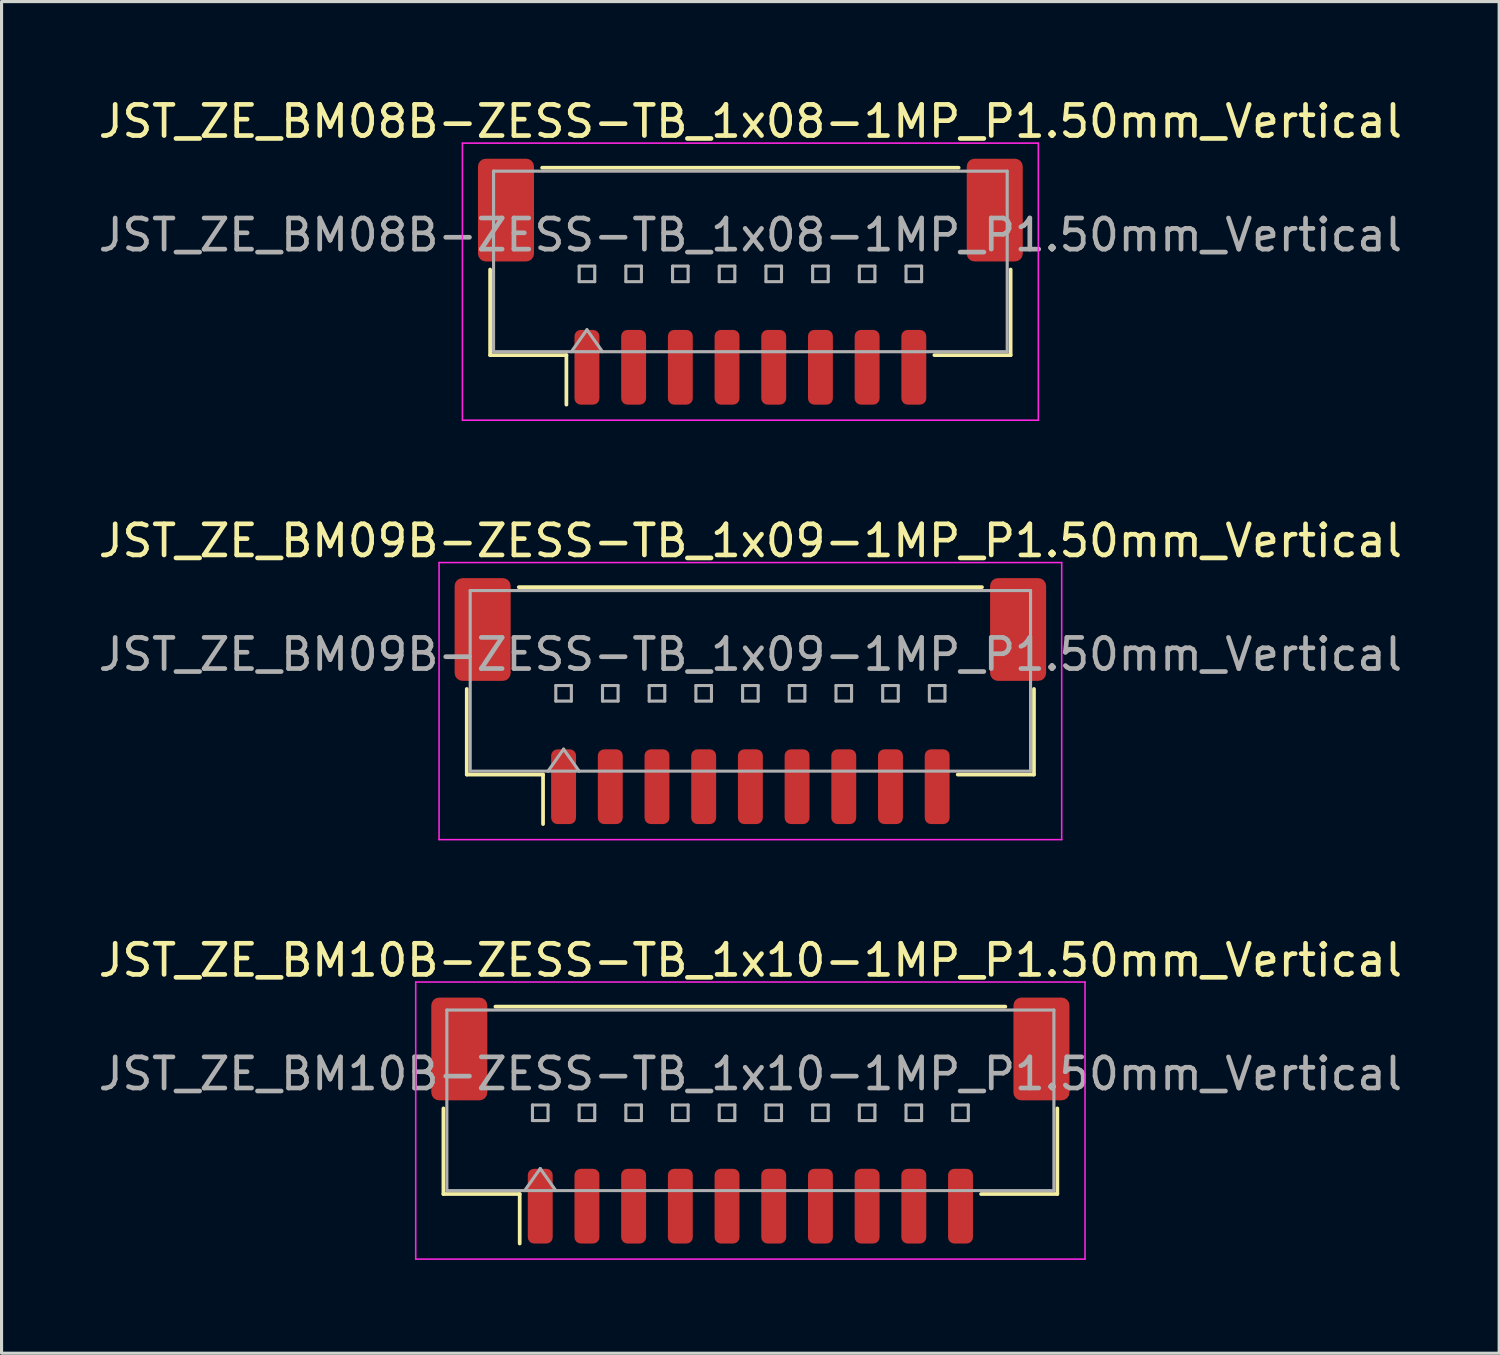
<source format=kicad_pcb>
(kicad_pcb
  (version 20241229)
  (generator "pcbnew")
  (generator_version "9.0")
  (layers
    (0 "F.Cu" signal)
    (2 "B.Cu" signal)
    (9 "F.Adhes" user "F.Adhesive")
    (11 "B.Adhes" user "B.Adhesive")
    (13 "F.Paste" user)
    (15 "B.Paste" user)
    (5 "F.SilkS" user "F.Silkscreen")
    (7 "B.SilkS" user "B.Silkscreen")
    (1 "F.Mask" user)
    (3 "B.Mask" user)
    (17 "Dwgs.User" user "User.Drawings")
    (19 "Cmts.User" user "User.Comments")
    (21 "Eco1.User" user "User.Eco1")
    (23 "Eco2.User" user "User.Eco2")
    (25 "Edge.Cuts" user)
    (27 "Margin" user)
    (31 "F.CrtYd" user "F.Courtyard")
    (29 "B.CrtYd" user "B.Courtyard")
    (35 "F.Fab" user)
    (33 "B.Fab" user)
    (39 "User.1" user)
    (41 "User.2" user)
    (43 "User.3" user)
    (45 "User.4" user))
  (footprint "JST_ZE_BM08B-ZESS-TB_1x08-1MP_P1.50mm_Vertical"
    (layer "F.Cu")
    (at 21.054 5.998)
    (property "Reference" "JST_ZE_BM08B-ZESS-TB_1x08-1MP_P1.50mm_Vertical" (at 0 -5.15 0) (layer "F.SilkS") (effects (font (size 1 1) (thickness 0.15))))
    (attr smd)
    (fp_line (start -8.36 -0.39) (end -8.36 2.36) (stroke (width 0.12) (type solid)) (layer "F.SilkS"))
    (fp_line (start -8.36 2.36) (end -5.91 2.36) (stroke (width 0.12) (type solid)) (layer "F.SilkS"))
    (fp_line (start -6.69 -3.66) (end 6.69 -3.66) (stroke (width 0.12) (type solid)) (layer "F.SilkS"))
    (fp_line (start -5.91 2.36) (end -5.91 3.95) (stroke (width 0.12) (type solid)) (layer "F.SilkS"))
    (fp_line (start 8.36 -0.39) (end 8.36 2.36) (stroke (width 0.12) (type solid)) (layer "F.SilkS"))
    (fp_line (start 8.36 2.36) (end 5.91 2.36) (stroke (width 0.12) (type solid)) (layer "F.SilkS"))
    (fp_line (start -9.25 -4.45) (end -9.25 4.45) (stroke (width 0.05) (type solid)) (layer "F.CrtYd"))
    (fp_line (start -9.25 4.45) (end 9.25 4.45) (stroke (width 0.05) (type solid)) (layer "F.CrtYd"))
    (fp_line (start 9.25 -4.45) (end -9.25 -4.45) (stroke (width 0.05) (type solid)) (layer "F.CrtYd"))
    (fp_line (start 9.25 4.45) (end 9.25 -4.45) (stroke (width 0.05) (type solid)) (layer "F.CrtYd"))
    (fp_line (start -8.25 -3.55) (end 8.25 -3.55) (stroke (width 0.1) (type solid)) (layer "F.Fab"))
    (fp_line (start -8.25 2.25) (end -8.25 -3.55) (stroke (width 0.1) (type solid)) (layer "F.Fab"))
    (fp_line (start -8.25 2.25) (end 8.25 2.25) (stroke (width 0.1) (type solid)) (layer "F.Fab"))
    (fp_line (start -5.75 2.25) (end -5.25 1.543) (stroke (width 0.1) (type solid)) (layer "F.Fab"))
    (fp_line (start -5.5 -0.5) (end -5.5 0) (stroke (width 0.1) (type solid)) (layer "F.Fab"))
    (fp_line (start -5.5 0) (end -5 0) (stroke (width 0.1) (type solid)) (layer "F.Fab"))
    (fp_line (start -5.25 1.543) (end -4.75 2.25) (stroke (width 0.1) (type solid)) (layer "F.Fab"))
    (fp_line (start -5 -0.5) (end -5.5 -0.5) (stroke (width 0.1) (type solid)) (layer "F.Fab"))
    (fp_line (start -5 0) (end -5 -0.5) (stroke (width 0.1) (type solid)) (layer "F.Fab"))
    (fp_line (start -4 -0.5) (end -4 0) (stroke (width 0.1) (type solid)) (layer "F.Fab"))
    (fp_line (start -4 0) (end -3.5 0) (stroke (width 0.1) (type solid)) (layer "F.Fab"))
    (fp_line (start -3.5 -0.5) (end -4 -0.5) (stroke (width 0.1) (type solid)) (layer "F.Fab"))
    (fp_line (start -3.5 0) (end -3.5 -0.5) (stroke (width 0.1) (type solid)) (layer "F.Fab"))
    (fp_line (start -2.5 -0.5) (end -2.5 0) (stroke (width 0.1) (type solid)) (layer "F.Fab"))
    (fp_line (start -2.5 0) (end -2 0) (stroke (width 0.1) (type solid)) (layer "F.Fab"))
    (fp_line (start -2 -0.5) (end -2.5 -0.5) (stroke (width 0.1) (type solid)) (layer "F.Fab"))
    (fp_line (start -2 0) (end -2 -0.5) (stroke (width 0.1) (type solid)) (layer "F.Fab"))
    (fp_line (start -1 -0.5) (end -1 0) (stroke (width 0.1) (type solid)) (layer "F.Fab"))
    (fp_line (start -1 0) (end -0.5 0) (stroke (width 0.1) (type solid)) (layer "F.Fab"))
    (fp_line (start -0.5 -0.5) (end -1 -0.5) (stroke (width 0.1) (type solid)) (layer "F.Fab"))
    (fp_line (start -0.5 0) (end -0.5 -0.5) (stroke (width 0.1) (type solid)) (layer "F.Fab"))
    (fp_line (start 0.5 -0.5) (end 0.5 0) (stroke (width 0.1) (type solid)) (layer "F.Fab"))
    (fp_line (start 0.5 0) (end 1 0) (stroke (width 0.1) (type solid)) (layer "F.Fab"))
    (fp_line (start 1 -0.5) (end 0.5 -0.5) (stroke (width 0.1) (type solid)) (layer "F.Fab"))
    (fp_line (start 1 0) (end 1 -0.5) (stroke (width 0.1) (type solid)) (layer "F.Fab"))
    (fp_line (start 2 -0.5) (end 2 0) (stroke (width 0.1) (type solid)) (layer "F.Fab"))
    (fp_line (start 2 0) (end 2.5 0) (stroke (width 0.1) (type solid)) (layer "F.Fab"))
    (fp_line (start 2.5 -0.5) (end 2 -0.5) (stroke (width 0.1) (type solid)) (layer "F.Fab"))
    (fp_line (start 2.5 0) (end 2.5 -0.5) (stroke (width 0.1) (type solid)) (layer "F.Fab"))
    (fp_line (start 3.5 -0.5) (end 3.5 0) (stroke (width 0.1) (type solid)) (layer "F.Fab"))
    (fp_line (start 3.5 0) (end 4 0) (stroke (width 0.1) (type solid)) (layer "F.Fab"))
    (fp_line (start 4 -0.5) (end 3.5 -0.5) (stroke (width 0.1) (type solid)) (layer "F.Fab"))
    (fp_line (start 4 0) (end 4 -0.5) (stroke (width 0.1) (type solid)) (layer "F.Fab"))
    (fp_line (start 5 -0.5) (end 5 0) (stroke (width 0.1) (type solid)) (layer "F.Fab"))
    (fp_line (start 5 0) (end 5.5 0) (stroke (width 0.1) (type solid)) (layer "F.Fab"))
    (fp_line (start 5.5 -0.5) (end 5 -0.5) (stroke (width 0.1) (type solid)) (layer "F.Fab"))
    (fp_line (start 5.5 0) (end 5.5 -0.5) (stroke (width 0.1) (type solid)) (layer "F.Fab"))
    (fp_line (start 8.25 2.25) (end 8.25 -3.55) (stroke (width 0.1) (type solid)) (layer "F.Fab"))
    (fp_text user "${REFERENCE}" (at 0 -1.5 0) (layer "F.Fab") (effects (font (size 1 1) (thickness 0.15))))
    (pad "1" smd roundrect (at -5.25 2.75) (size 0.8 2.4) (layers "F.Cu" "F.Mask" "F.Paste") (roundrect_rratio 0.25))
    (pad "2" smd roundrect (at -3.75 2.75) (size 0.8 2.4) (layers "F.Cu" "F.Mask" "F.Paste") (roundrect_rratio 0.25))
    (pad "3" smd roundrect (at -2.25 2.75) (size 0.8 2.4) (layers "F.Cu" "F.Mask" "F.Paste") (roundrect_rratio 0.25))
    (pad "4" smd roundrect (at -0.75 2.75) (size 0.8 2.4) (layers "F.Cu" "F.Mask" "F.Paste") (roundrect_rratio 0.25))
    (pad "5" smd roundrect (at 0.75 2.75) (size 0.8 2.4) (layers "F.Cu" "F.Mask" "F.Paste") (roundrect_rratio 0.25))
    (pad "6" smd roundrect (at 2.25 2.75) (size 0.8 2.4) (layers "F.Cu" "F.Mask" "F.Paste") (roundrect_rratio 0.25))
    (pad "7" smd roundrect (at 3.75 2.75) (size 0.8 2.4) (layers "F.Cu" "F.Mask" "F.Paste") (roundrect_rratio 0.25))
    (pad "8" smd roundrect (at 5.25 2.75) (size 0.8 2.4) (layers "F.Cu" "F.Mask" "F.Paste") (roundrect_rratio 0.25))
    (pad "MP" smd roundrect (at -7.85 -2.3) (size 1.8 3.3) (layers "F.Cu" "F.Mask" "F.Paste") (roundrect_rratio 0.139))
    (pad "MP" smd roundrect (at 7.85 -2.3) (size 1.8 3.3) (layers "F.Cu" "F.Mask" "F.Paste") (roundrect_rratio 0.139)))
  (footprint "JST_ZE_BM10B-ZESS-TB_1x10-1MP_P1.50mm_Vertical"
    (layer "F.Cu")
    (at 21.054 32.945)
    (property "Reference" "JST_ZE_BM10B-ZESS-TB_1x10-1MP_P1.50mm_Vertical" (at 0 -5.15 0) (layer "F.SilkS") (effects (font (size 1 1) (thickness 0.15))))
    (attr smd)
    (fp_line (start -9.86 -0.39) (end -9.86 2.36) (stroke (width 0.12) (type solid)) (layer "F.SilkS"))
    (fp_line (start -9.86 2.36) (end -7.41 2.36) (stroke (width 0.12) (type solid)) (layer "F.SilkS"))
    (fp_line (start -8.19 -3.66) (end 8.19 -3.66) (stroke (width 0.12) (type solid)) (layer "F.SilkS"))
    (fp_line (start -7.41 2.36) (end -7.41 3.95) (stroke (width 0.12) (type solid)) (layer "F.SilkS"))
    (fp_line (start 9.86 -0.39) (end 9.86 2.36) (stroke (width 0.12) (type solid)) (layer "F.SilkS"))
    (fp_line (start 9.86 2.36) (end 7.41 2.36) (stroke (width 0.12) (type solid)) (layer "F.SilkS"))
    (fp_line (start -10.75 -4.45) (end -10.75 4.45) (stroke (width 0.05) (type solid)) (layer "F.CrtYd"))
    (fp_line (start -10.75 4.45) (end 10.75 4.45) (stroke (width 0.05) (type solid)) (layer "F.CrtYd"))
    (fp_line (start 10.75 -4.45) (end -10.75 -4.45) (stroke (width 0.05) (type solid)) (layer "F.CrtYd"))
    (fp_line (start 10.75 4.45) (end 10.75 -4.45) (stroke (width 0.05) (type solid)) (layer "F.CrtYd"))
    (fp_line (start -9.75 -3.55) (end 9.75 -3.55) (stroke (width 0.1) (type solid)) (layer "F.Fab"))
    (fp_line (start -9.75 2.25) (end -9.75 -3.55) (stroke (width 0.1) (type solid)) (layer "F.Fab"))
    (fp_line (start -9.75 2.25) (end 9.75 2.25) (stroke (width 0.1) (type solid)) (layer "F.Fab"))
    (fp_line (start -7.25 2.25) (end -6.75 1.543) (stroke (width 0.1) (type solid)) (layer "F.Fab"))
    (fp_line (start -7 -0.5) (end -7 0) (stroke (width 0.1) (type solid)) (layer "F.Fab"))
    (fp_line (start -7 0) (end -6.5 0) (stroke (width 0.1) (type solid)) (layer "F.Fab"))
    (fp_line (start -6.75 1.543) (end -6.25 2.25) (stroke (width 0.1) (type solid)) (layer "F.Fab"))
    (fp_line (start -6.5 -0.5) (end -7 -0.5) (stroke (width 0.1) (type solid)) (layer "F.Fab"))
    (fp_line (start -6.5 0) (end -6.5 -0.5) (stroke (width 0.1) (type solid)) (layer "F.Fab"))
    (fp_line (start -5.5 -0.5) (end -5.5 0) (stroke (width 0.1) (type solid)) (layer "F.Fab"))
    (fp_line (start -5.5 0) (end -5 0) (stroke (width 0.1) (type solid)) (layer "F.Fab"))
    (fp_line (start -5 -0.5) (end -5.5 -0.5) (stroke (width 0.1) (type solid)) (layer "F.Fab"))
    (fp_line (start -5 0) (end -5 -0.5) (stroke (width 0.1) (type solid)) (layer "F.Fab"))
    (fp_line (start -4 -0.5) (end -4 0) (stroke (width 0.1) (type solid)) (layer "F.Fab"))
    (fp_line (start -4 0) (end -3.5 0) (stroke (width 0.1) (type solid)) (layer "F.Fab"))
    (fp_line (start -3.5 -0.5) (end -4 -0.5) (stroke (width 0.1) (type solid)) (layer "F.Fab"))
    (fp_line (start -3.5 0) (end -3.5 -0.5) (stroke (width 0.1) (type solid)) (layer "F.Fab"))
    (fp_line (start -2.5 -0.5) (end -2.5 0) (stroke (width 0.1) (type solid)) (layer "F.Fab"))
    (fp_line (start -2.5 0) (end -2 0) (stroke (width 0.1) (type solid)) (layer "F.Fab"))
    (fp_line (start -2 -0.5) (end -2.5 -0.5) (stroke (width 0.1) (type solid)) (layer "F.Fab"))
    (fp_line (start -2 0) (end -2 -0.5) (stroke (width 0.1) (type solid)) (layer "F.Fab"))
    (fp_line (start -1 -0.5) (end -1 0) (stroke (width 0.1) (type solid)) (layer "F.Fab"))
    (fp_line (start -1 0) (end -0.5 0) (stroke (width 0.1) (type solid)) (layer "F.Fab"))
    (fp_line (start -0.5 -0.5) (end -1 -0.5) (stroke (width 0.1) (type solid)) (layer "F.Fab"))
    (fp_line (start -0.5 0) (end -0.5 -0.5) (stroke (width 0.1) (type solid)) (layer "F.Fab"))
    (fp_line (start 0.5 -0.5) (end 0.5 0) (stroke (width 0.1) (type solid)) (layer "F.Fab"))
    (fp_line (start 0.5 0) (end 1 0) (stroke (width 0.1) (type solid)) (layer "F.Fab"))
    (fp_line (start 1 -0.5) (end 0.5 -0.5) (stroke (width 0.1) (type solid)) (layer "F.Fab"))
    (fp_line (start 1 0) (end 1 -0.5) (stroke (width 0.1) (type solid)) (layer "F.Fab"))
    (fp_line (start 2 -0.5) (end 2 0) (stroke (width 0.1) (type solid)) (layer "F.Fab"))
    (fp_line (start 2 0) (end 2.5 0) (stroke (width 0.1) (type solid)) (layer "F.Fab"))
    (fp_line (start 2.5 -0.5) (end 2 -0.5) (stroke (width 0.1) (type solid)) (layer "F.Fab"))
    (fp_line (start 2.5 0) (end 2.5 -0.5) (stroke (width 0.1) (type solid)) (layer "F.Fab"))
    (fp_line (start 3.5 -0.5) (end 3.5 0) (stroke (width 0.1) (type solid)) (layer "F.Fab"))
    (fp_line (start 3.5 0) (end 4 0) (stroke (width 0.1) (type solid)) (layer "F.Fab"))
    (fp_line (start 4 -0.5) (end 3.5 -0.5) (stroke (width 0.1) (type solid)) (layer "F.Fab"))
    (fp_line (start 4 0) (end 4 -0.5) (stroke (width 0.1) (type solid)) (layer "F.Fab"))
    (fp_line (start 5 -0.5) (end 5 0) (stroke (width 0.1) (type solid)) (layer "F.Fab"))
    (fp_line (start 5 0) (end 5.5 0) (stroke (width 0.1) (type solid)) (layer "F.Fab"))
    (fp_line (start 5.5 -0.5) (end 5 -0.5) (stroke (width 0.1) (type solid)) (layer "F.Fab"))
    (fp_line (start 5.5 0) (end 5.5 -0.5) (stroke (width 0.1) (type solid)) (layer "F.Fab"))
    (fp_line (start 6.5 -0.5) (end 6.5 0) (stroke (width 0.1) (type solid)) (layer "F.Fab"))
    (fp_line (start 6.5 0) (end 7 0) (stroke (width 0.1) (type solid)) (layer "F.Fab"))
    (fp_line (start 7 -0.5) (end 6.5 -0.5) (stroke (width 0.1) (type solid)) (layer "F.Fab"))
    (fp_line (start 7 0) (end 7 -0.5) (stroke (width 0.1) (type solid)) (layer "F.Fab"))
    (fp_line (start 9.75 2.25) (end 9.75 -3.55) (stroke (width 0.1) (type solid)) (layer "F.Fab"))
    (fp_text user "${REFERENCE}" (at 0 -1.5 0) (layer "F.Fab") (effects (font (size 1 1) (thickness 0.15))))
    (pad "1" smd roundrect (at -6.75 2.75) (size 0.8 2.4) (layers "F.Cu" "F.Mask" "F.Paste") (roundrect_rratio 0.25))
    (pad "2" smd roundrect (at -5.25 2.75) (size 0.8 2.4) (layers "F.Cu" "F.Mask" "F.Paste") (roundrect_rratio 0.25))
    (pad "3" smd roundrect (at -3.75 2.75) (size 0.8 2.4) (layers "F.Cu" "F.Mask" "F.Paste") (roundrect_rratio 0.25))
    (pad "4" smd roundrect (at -2.25 2.75) (size 0.8 2.4) (layers "F.Cu" "F.Mask" "F.Paste") (roundrect_rratio 0.25))
    (pad "5" smd roundrect (at -0.75 2.75) (size 0.8 2.4) (layers "F.Cu" "F.Mask" "F.Paste") (roundrect_rratio 0.25))
    (pad "6" smd roundrect (at 0.75 2.75) (size 0.8 2.4) (layers "F.Cu" "F.Mask" "F.Paste") (roundrect_rratio 0.25))
    (pad "7" smd roundrect (at 2.25 2.75) (size 0.8 2.4) (layers "F.Cu" "F.Mask" "F.Paste") (roundrect_rratio 0.25))
    (pad "8" smd roundrect (at 3.75 2.75) (size 0.8 2.4) (layers "F.Cu" "F.Mask" "F.Paste") (roundrect_rratio 0.25))
    (pad "9" smd roundrect (at 5.25 2.75) (size 0.8 2.4) (layers "F.Cu" "F.Mask" "F.Paste") (roundrect_rratio 0.25))
    (pad "10" smd roundrect (at 6.75 2.75) (size 0.8 2.4) (layers "F.Cu" "F.Mask" "F.Paste") (roundrect_rratio 0.25))
    (pad "MP" smd roundrect (at -9.35 -2.3) (size 1.8 3.3) (layers "F.Cu" "F.Mask" "F.Paste") (roundrect_rratio 0.139))
    (pad "MP" smd roundrect (at 9.35 -2.3) (size 1.8 3.3) (layers "F.Cu" "F.Mask" "F.Paste") (roundrect_rratio 0.139)))
  (footprint "JST_ZE_BM09B-ZESS-TB_1x09-1MP_P1.50mm_Vertical"
    (layer "F.Cu")
    (at 21.054 19.471)
    (property "Reference" "JST_ZE_BM09B-ZESS-TB_1x09-1MP_P1.50mm_Vertical" (at 0 -5.15 0) (layer "F.SilkS") (effects (font (size 1 1) (thickness 0.15))))
    (attr smd)
    (fp_line (start -9.11 -0.39) (end -9.11 2.36) (stroke (width 0.12) (type solid)) (layer "F.SilkS"))
    (fp_line (start -9.11 2.36) (end -6.66 2.36) (stroke (width 0.12) (type solid)) (layer "F.SilkS"))
    (fp_line (start -7.44 -3.66) (end 7.44 -3.66) (stroke (width 0.12) (type solid)) (layer "F.SilkS"))
    (fp_line (start -6.66 2.36) (end -6.66 3.95) (stroke (width 0.12) (type solid)) (layer "F.SilkS"))
    (fp_line (start 9.11 -0.39) (end 9.11 2.36) (stroke (width 0.12) (type solid)) (layer "F.SilkS"))
    (fp_line (start 9.11 2.36) (end 6.66 2.36) (stroke (width 0.12) (type solid)) (layer "F.SilkS"))
    (fp_line (start -10 -4.45) (end -10 4.45) (stroke (width 0.05) (type solid)) (layer "F.CrtYd"))
    (fp_line (start -10 4.45) (end 10 4.45) (stroke (width 0.05) (type solid)) (layer "F.CrtYd"))
    (fp_line (start 10 -4.45) (end -10 -4.45) (stroke (width 0.05) (type solid)) (layer "F.CrtYd"))
    (fp_line (start 10 4.45) (end 10 -4.45) (stroke (width 0.05) (type solid)) (layer "F.CrtYd"))
    (fp_line (start -9 -3.55) (end 9 -3.55) (stroke (width 0.1) (type solid)) (layer "F.Fab"))
    (fp_line (start -9 2.25) (end -9 -3.55) (stroke (width 0.1) (type solid)) (layer "F.Fab"))
    (fp_line (start -9 2.25) (end 9 2.25) (stroke (width 0.1) (type solid)) (layer "F.Fab"))
    (fp_line (start -6.5 2.25) (end -6 1.543) (stroke (width 0.1) (type solid)) (layer "F.Fab"))
    (fp_line (start -6.25 -0.5) (end -6.25 0) (stroke (width 0.1) (type solid)) (layer "F.Fab"))
    (fp_line (start -6.25 0) (end -5.75 0) (stroke (width 0.1) (type solid)) (layer "F.Fab"))
    (fp_line (start -6 1.543) (end -5.5 2.25) (stroke (width 0.1) (type solid)) (layer "F.Fab"))
    (fp_line (start -5.75 -0.5) (end -6.25 -0.5) (stroke (width 0.1) (type solid)) (layer "F.Fab"))
    (fp_line (start -5.75 0) (end -5.75 -0.5) (stroke (width 0.1) (type solid)) (layer "F.Fab"))
    (fp_line (start -4.75 -0.5) (end -4.75 0) (stroke (width 0.1) (type solid)) (layer "F.Fab"))
    (fp_line (start -4.75 0) (end -4.25 0) (stroke (width 0.1) (type solid)) (layer "F.Fab"))
    (fp_line (start -4.25 -0.5) (end -4.75 -0.5) (stroke (width 0.1) (type solid)) (layer "F.Fab"))
    (fp_line (start -4.25 0) (end -4.25 -0.5) (stroke (width 0.1) (type solid)) (layer "F.Fab"))
    (fp_line (start -3.25 -0.5) (end -3.25 0) (stroke (width 0.1) (type solid)) (layer "F.Fab"))
    (fp_line (start -3.25 0) (end -2.75 0) (stroke (width 0.1) (type solid)) (layer "F.Fab"))
    (fp_line (start -2.75 -0.5) (end -3.25 -0.5) (stroke (width 0.1) (type solid)) (layer "F.Fab"))
    (fp_line (start -2.75 0) (end -2.75 -0.5) (stroke (width 0.1) (type solid)) (layer "F.Fab"))
    (fp_line (start -1.75 -0.5) (end -1.75 0) (stroke (width 0.1) (type solid)) (layer "F.Fab"))
    (fp_line (start -1.75 0) (end -1.25 0) (stroke (width 0.1) (type solid)) (layer "F.Fab"))
    (fp_line (start -1.25 -0.5) (end -1.75 -0.5) (stroke (width 0.1) (type solid)) (layer "F.Fab"))
    (fp_line (start -1.25 0) (end -1.25 -0.5) (stroke (width 0.1) (type solid)) (layer "F.Fab"))
    (fp_line (start -0.25 -0.5) (end -0.25 0) (stroke (width 0.1) (type solid)) (layer "F.Fab"))
    (fp_line (start -0.25 0) (end 0.25 0) (stroke (width 0.1) (type solid)) (layer "F.Fab"))
    (fp_line (start 0.25 -0.5) (end -0.25 -0.5) (stroke (width 0.1) (type solid)) (layer "F.Fab"))
    (fp_line (start 0.25 0) (end 0.25 -0.5) (stroke (width 0.1) (type solid)) (layer "F.Fab"))
    (fp_line (start 1.25 -0.5) (end 1.25 0) (stroke (width 0.1) (type solid)) (layer "F.Fab"))
    (fp_line (start 1.25 0) (end 1.75 0) (stroke (width 0.1) (type solid)) (layer "F.Fab"))
    (fp_line (start 1.75 -0.5) (end 1.25 -0.5) (stroke (width 0.1) (type solid)) (layer "F.Fab"))
    (fp_line (start 1.75 0) (end 1.75 -0.5) (stroke (width 0.1) (type solid)) (layer "F.Fab"))
    (fp_line (start 2.75 -0.5) (end 2.75 0) (stroke (width 0.1) (type solid)) (layer "F.Fab"))
    (fp_line (start 2.75 0) (end 3.25 0) (stroke (width 0.1) (type solid)) (layer "F.Fab"))
    (fp_line (start 3.25 -0.5) (end 2.75 -0.5) (stroke (width 0.1) (type solid)) (layer "F.Fab"))
    (fp_line (start 3.25 0) (end 3.25 -0.5) (stroke (width 0.1) (type solid)) (layer "F.Fab"))
    (fp_line (start 4.25 -0.5) (end 4.25 0) (stroke (width 0.1) (type solid)) (layer "F.Fab"))
    (fp_line (start 4.25 0) (end 4.75 0) (stroke (width 0.1) (type solid)) (layer "F.Fab"))
    (fp_line (start 4.75 -0.5) (end 4.25 -0.5) (stroke (width 0.1) (type solid)) (layer "F.Fab"))
    (fp_line (start 4.75 0) (end 4.75 -0.5) (stroke (width 0.1) (type solid)) (layer "F.Fab"))
    (fp_line (start 5.75 -0.5) (end 5.75 0) (stroke (width 0.1) (type solid)) (layer "F.Fab"))
    (fp_line (start 5.75 0) (end 6.25 0) (stroke (width 0.1) (type solid)) (layer "F.Fab"))
    (fp_line (start 6.25 -0.5) (end 5.75 -0.5) (stroke (width 0.1) (type solid)) (layer "F.Fab"))
    (fp_line (start 6.25 0) (end 6.25 -0.5) (stroke (width 0.1) (type solid)) (layer "F.Fab"))
    (fp_line (start 9 2.25) (end 9 -3.55) (stroke (width 0.1) (type solid)) (layer "F.Fab"))
    (fp_text user "${REFERENCE}" (at 0 -1.5 0) (layer "F.Fab") (effects (font (size 1 1) (thickness 0.15))))
    (pad "1" smd roundrect (at -6 2.75) (size 0.8 2.4) (layers "F.Cu" "F.Mask" "F.Paste") (roundrect_rratio 0.25))
    (pad "2" smd roundrect (at -4.5 2.75) (size 0.8 2.4) (layers "F.Cu" "F.Mask" "F.Paste") (roundrect_rratio 0.25))
    (pad "3" smd roundrect (at -3 2.75) (size 0.8 2.4) (layers "F.Cu" "F.Mask" "F.Paste") (roundrect_rratio 0.25))
    (pad "4" smd roundrect (at -1.5 2.75) (size 0.8 2.4) (layers "F.Cu" "F.Mask" "F.Paste") (roundrect_rratio 0.25))
    (pad "5" smd roundrect (at 0 2.75) (size 0.8 2.4) (layers "F.Cu" "F.Mask" "F.Paste") (roundrect_rratio 0.25))
    (pad "6" smd roundrect (at 1.5 2.75) (size 0.8 2.4) (layers "F.Cu" "F.Mask" "F.Paste") (roundrect_rratio 0.25))
    (pad "7" smd roundrect (at 3 2.75) (size 0.8 2.4) (layers "F.Cu" "F.Mask" "F.Paste") (roundrect_rratio 0.25))
    (pad "8" smd roundrect (at 4.5 2.75) (size 0.8 2.4) (layers "F.Cu" "F.Mask" "F.Paste") (roundrect_rratio 0.25))
    (pad "9" smd roundrect (at 6 2.75) (size 0.8 2.4) (layers "F.Cu" "F.Mask" "F.Paste") (roundrect_rratio 0.25))
    (pad "MP" smd roundrect (at -8.6 -2.3) (size 1.8 3.3) (layers "F.Cu" "F.Mask" "F.Paste") (roundrect_rratio 0.139))
    (pad "MP" smd roundrect (at 8.6 -2.3) (size 1.8 3.3) (layers "F.Cu" "F.Mask" "F.Paste") (roundrect_rratio 0.139)))
  (gr_rect
    (start -3 -3)
    (end 45.107 40.42)
    (stroke (width 0.1) (type default))
    (fill no)
    (layer "Edge.Cuts")))
</source>
